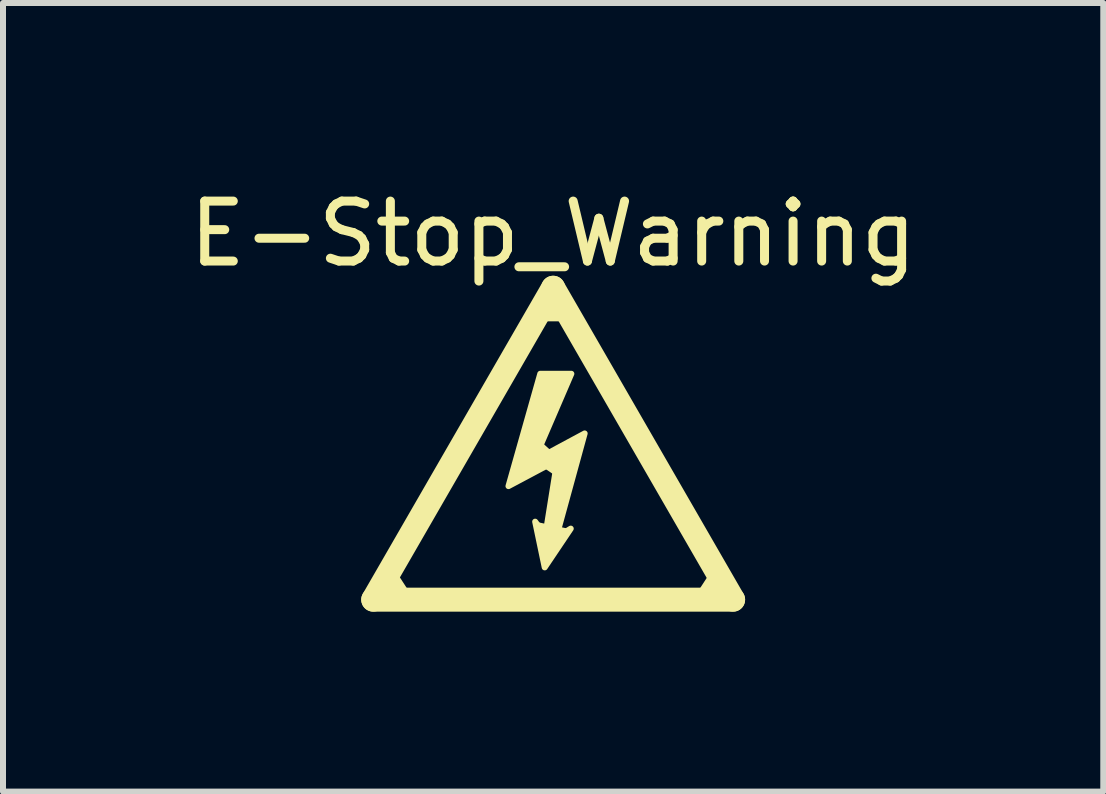
<source format=kicad_pcb>
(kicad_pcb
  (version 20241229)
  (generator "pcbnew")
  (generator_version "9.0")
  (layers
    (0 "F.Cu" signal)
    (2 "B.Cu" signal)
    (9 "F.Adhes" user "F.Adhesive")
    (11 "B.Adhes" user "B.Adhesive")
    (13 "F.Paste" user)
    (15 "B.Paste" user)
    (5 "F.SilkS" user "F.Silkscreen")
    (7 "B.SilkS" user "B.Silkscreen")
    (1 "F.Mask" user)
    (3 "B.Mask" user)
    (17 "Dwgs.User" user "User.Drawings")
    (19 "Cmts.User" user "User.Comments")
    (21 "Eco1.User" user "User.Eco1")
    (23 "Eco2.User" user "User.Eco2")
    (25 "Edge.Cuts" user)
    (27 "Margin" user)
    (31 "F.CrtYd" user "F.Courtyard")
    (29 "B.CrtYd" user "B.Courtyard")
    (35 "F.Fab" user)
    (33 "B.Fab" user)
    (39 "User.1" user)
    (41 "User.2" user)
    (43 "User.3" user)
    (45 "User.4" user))
  (footprint "E-Stop_Warning"
    (layer "F.Cu")
    (at 6.173 4.348)
    (property "Reference" "E-Stop_Warning" (at 0 -3.5 0) (layer "F.SilkS") (effects (font (size 1 1) (thickness 0.15))))
    (attr exclude_from_pos_files exclude_from_bom allow_missing_courtyard)
    (fp_line (start -3 2.6) (end 0 -2.6) (stroke (width 0.4) (type solid)) (layer "F.SilkS"))
    (fp_line (start -2.457 2.565) (end -2.723 2.155) (stroke (width 0.2) (type solid)) (layer "F.SilkS"))
    (fp_line (start -0.28 0.03) (end -0.08 0.21) (stroke (width 0.2) (type solid)) (layer "F.SilkS"))
    (fp_line (start -0.26 1.36) (end 0.21 1.46) (stroke (width 0.102) (type solid)) (layer "F.SilkS"))
    (fp_line (start -0.135 0.295) (end 0.115 0.465) (stroke (width 0.2) (type solid)) (layer "F.SilkS"))
    (fp_line (start -0.125 -2.14) (end 0.125 -2.14) (stroke (width 0.2) (type solid)) (layer "F.SilkS"))
    (fp_line (start 0 -2.6) (end 3 2.6) (stroke (width 0.4) (type solid)) (layer "F.SilkS"))
    (fp_line (start 2.467 2.565) (end 2.733 2.155) (stroke (width 0.2) (type solid)) (layer "F.SilkS"))
    (fp_line (start 3 2.6) (end -3 2.6) (stroke (width 0.4) (type solid)) (layer "F.SilkS"))
    (fp_poly (pts (xy -0.321 0.284) (xy 0.525 -0.171) (xy 0.049 1.565) (xy 0.293 1.416) (xy -0.141 2.062) (xy -0.3 1.3) (xy -0.131 1.533) (xy 0.07 0.273) (xy -0.745 0.707) (xy -0.215 -1.166) (xy 0.303 -1.166)) (stroke (width 0.1) (type solid)) (fill yes) (layer "F.SilkS")))
  (gr_rect
    (start -3 -3)
    (end 15.345 10.148)
    (stroke (width 0.1) (type default))
    (fill no)
    (layer "Edge.Cuts")))
</source>
